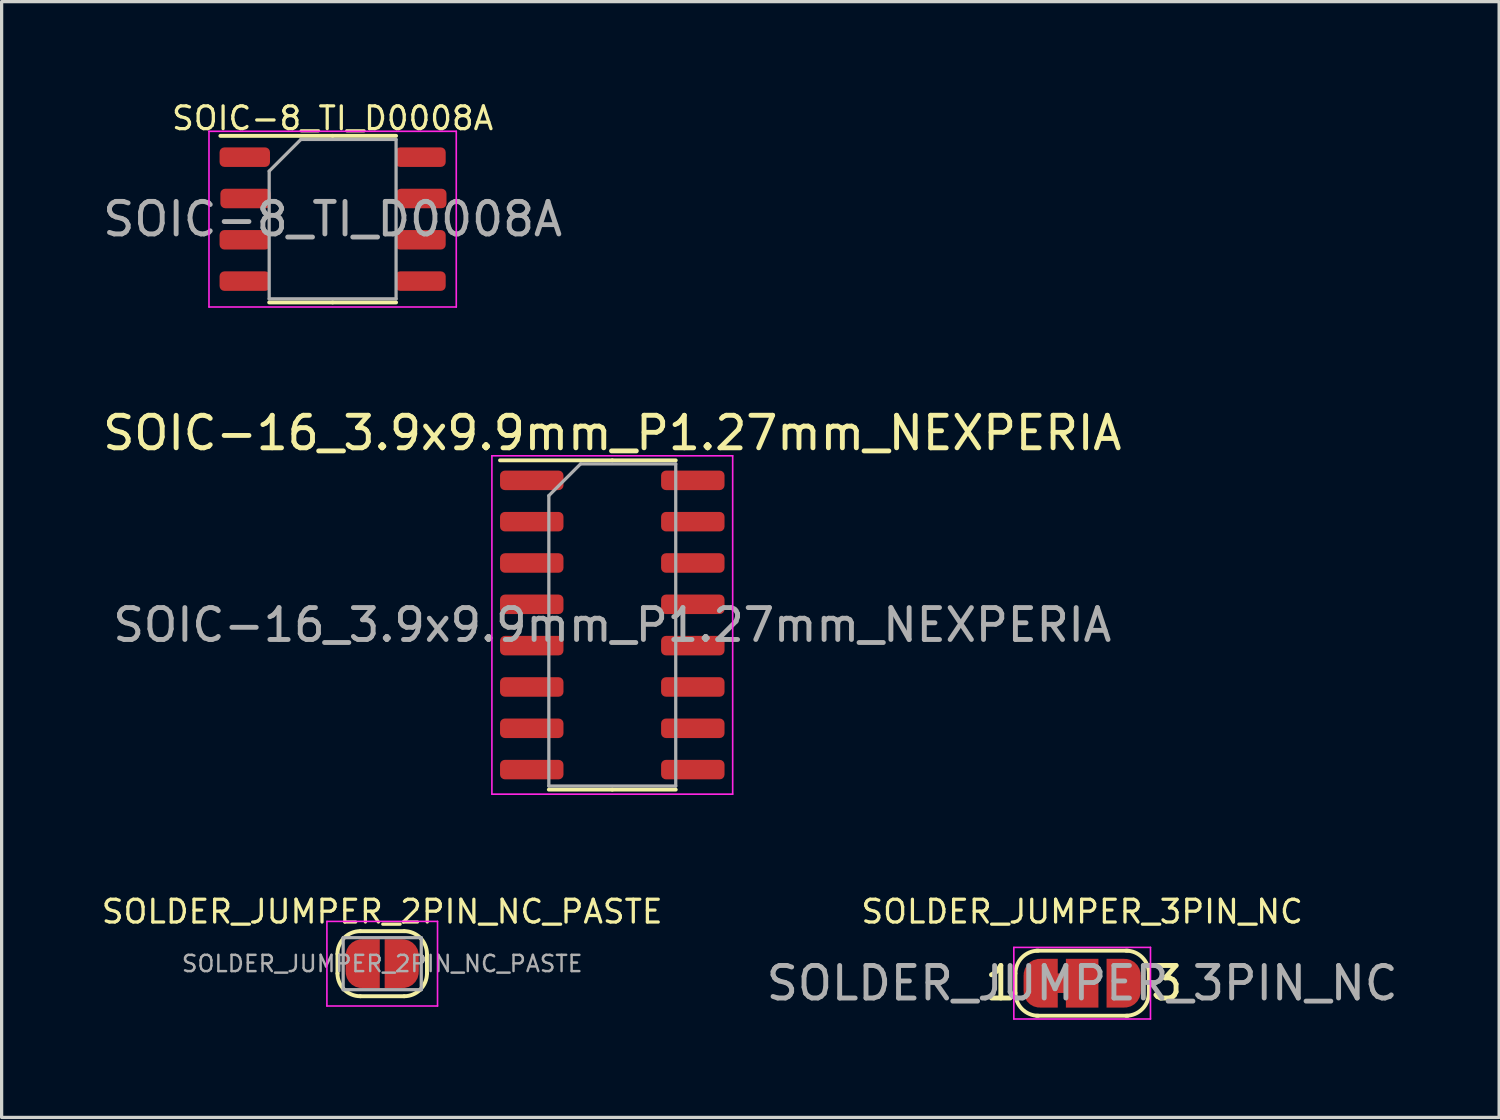
<source format=kicad_pcb>
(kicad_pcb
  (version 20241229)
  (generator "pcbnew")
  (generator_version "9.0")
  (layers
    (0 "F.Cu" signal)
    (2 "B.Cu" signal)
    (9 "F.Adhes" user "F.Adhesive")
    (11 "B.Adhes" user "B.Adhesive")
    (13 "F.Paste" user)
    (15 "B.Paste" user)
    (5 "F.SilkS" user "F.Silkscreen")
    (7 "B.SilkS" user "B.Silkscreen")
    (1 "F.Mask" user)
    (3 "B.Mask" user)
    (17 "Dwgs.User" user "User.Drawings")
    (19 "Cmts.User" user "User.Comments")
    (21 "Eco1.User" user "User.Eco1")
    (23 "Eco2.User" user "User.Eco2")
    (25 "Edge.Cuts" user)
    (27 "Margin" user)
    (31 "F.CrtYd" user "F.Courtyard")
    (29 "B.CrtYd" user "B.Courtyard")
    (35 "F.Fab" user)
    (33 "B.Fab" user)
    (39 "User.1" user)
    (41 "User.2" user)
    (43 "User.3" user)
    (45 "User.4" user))
  (footprint "SOLDER_JUMPER_3PIN_NC"
    (layer "F.Cu")
    (at 30.209 27.168)
    (property "Reference" "SOLDER_JUMPER_3PIN_NC" (at 0 -2.2 0) (layer "F.SilkS") (effects (font (size 0.7 0.7) (thickness 0.1))))
    (attr smd exclude_from_pos_files exclude_from_bom)
    (fp_poly (pts (xy -0.9 -0.3) (xy -0.4 -0.3) (xy -0.4 0.3) (xy -0.9 0.3)) (stroke (width 0) (type solid)) (fill yes) (layer "F.Cu"))
    (fp_line (start -2.05 0.3) (end -2.05 -0.3) (stroke (width 0.12) (type solid)) (layer "F.SilkS"))
    (fp_line (start -1.4 -1) (end 1.4 -1) (stroke (width 0.12) (type solid)) (layer "F.SilkS"))
    (fp_line (start 1.4 1) (end -1.4 1) (stroke (width 0.12) (type solid)) (layer "F.SilkS"))
    (fp_line (start 2.05 -0.3) (end 2.05 0.3) (stroke (width 0.12) (type solid)) (layer "F.SilkS"))
    (fp_arc (start -2.05 -0.3) (mid -1.844975 -0.794975) (end -1.35 -1) (stroke (width 0.12) (type solid)) (layer "F.SilkS"))
    (fp_arc (start -1.35 1) (mid -1.844975 0.794975) (end -2.05 0.3) (stroke (width 0.12) (type solid)) (layer "F.SilkS"))
    (fp_arc (start 1.35 -1) (mid 1.844975 -0.794975) (end 2.05 -0.3) (stroke (width 0.12) (type solid)) (layer "F.SilkS"))
    (fp_arc (start 2.05 0.3) (mid 1.844975 0.794975) (end 1.35 1) (stroke (width 0.12) (type solid)) (layer "F.SilkS"))
    (fp_line (start -2.1 -1.1) (end -2.1 1.1) (stroke (width 0.05) (type solid)) (layer "F.CrtYd"))
    (fp_line (start -2.1 -1.1) (end 2.1 -1.1) (stroke (width 0.05) (type solid)) (layer "F.CrtYd"))
    (fp_line (start 2.1 1.1) (end -2.1 1.1) (stroke (width 0.05) (type solid)) (layer "F.CrtYd"))
    (fp_line (start 2.1 1.1) (end 2.1 -1.1) (stroke (width 0.05) (type solid)) (layer "F.CrtYd"))
    (fp_text user "3" (at 2.6 0 0) (layer "F.SilkS") (effects (font (size 1 1) (thickness 0.15))))
    (fp_text user "1" (at -2.5 0 0) (layer "F.SilkS") (effects (font (size 1 1) (thickness 0.15))))
    (fp_text user "${REFERENCE}" (at 0 0 0) (layer "F.Fab") (effects (font (size 1 1) (thickness 0.15))))
    (pad "1" smd custom (at -1.3 0) (size 1 0.5) (layers "F.Cu" "F.Mask") (options (anchor rect)) (primitives (gr_poly (pts (xy 0.55 0.75) (xy 0 0.75) (xy 0 -0.75) (xy 0.55 -0.75)) (width 0) (fill yes)) (gr_circle (center 0 0.25) (end 0.5 0.25) (width 0) (fill yes)) (gr_circle (center 0 -0.25) (end 0.5 -0.25) (width 0) (fill yes))))
    (pad "2" smd rect (at 0 0) (size 1 1.5) (layers "F.Cu" "F.Mask"))
    (pad "3" smd custom (at 1.3 0) (size 1 0.5) (layers "F.Cu" "F.Mask") (options (anchor rect)) (primitives (gr_circle (center 0 0.25) (end 0.5 0.25) (width 0) (fill yes)) (gr_circle (center 0 -0.25) (end 0.5 -0.25) (width 0) (fill yes)) (gr_poly (pts (xy 0 0.75) (xy -0.55 0.75) (xy -0.55 -0.75) (xy 0 -0.75)) (width 0) (fill yes)))))
  (footprint "SOIC-8_TI_D0008A"
    (layer "F.Cu")
    (at 7.173 3.685)
    (property "Reference" "SOIC-8_TI_D0008A" (at 0 -3.1 0) (layer "F.SilkS") (effects (font (size 0.7 0.7) (thickness 0.1))))
    (attr smd)
    (fp_line (start 0 -2.56) (end -3.45 -2.56) (stroke (width 0.12) (type solid)) (layer "F.SilkS"))
    (fp_line (start 0 -2.56) (end 1.95 -2.56) (stroke (width 0.12) (type solid)) (layer "F.SilkS"))
    (fp_line (start 0 2.56) (end -1.95 2.56) (stroke (width 0.12) (type solid)) (layer "F.SilkS"))
    (fp_line (start 0 2.56) (end 1.95 2.56) (stroke (width 0.12) (type solid)) (layer "F.SilkS"))
    (fp_line (start -3.8 -2.7) (end -3.8 2.7) (stroke (width 0.05) (type solid)) (layer "F.CrtYd"))
    (fp_line (start -3.8 2.7) (end 3.8 2.7) (stroke (width 0.05) (type solid)) (layer "F.CrtYd"))
    (fp_line (start 3.8 -2.7) (end -3.8 -2.7) (stroke (width 0.05) (type solid)) (layer "F.CrtYd"))
    (fp_line (start 3.8 2.7) (end 3.8 -2.7) (stroke (width 0.05) (type solid)) (layer "F.CrtYd"))
    (fp_line (start -1.95 -1.475) (end -0.975 -2.45) (stroke (width 0.1) (type solid)) (layer "F.Fab"))
    (fp_line (start -1.95 2.45) (end -1.95 -1.475) (stroke (width 0.1) (type solid)) (layer "F.Fab"))
    (fp_line (start -0.975 -2.45) (end 1.95 -2.45) (stroke (width 0.1) (type solid)) (layer "F.Fab"))
    (fp_line (start 1.95 -2.45) (end 1.95 2.45) (stroke (width 0.1) (type solid)) (layer "F.Fab"))
    (fp_line (start 1.95 2.45) (end -1.95 2.45) (stroke (width 0.1) (type solid)) (layer "F.Fab"))
    (fp_text user "${REFERENCE}" (at 0 0 0) (layer "F.Fab") (effects (font (size 1 1) (thickness 0.15))))
    (pad "1" smd roundrect (at -2.7 -1.905) (size 1.55 0.6) (layers "F.Cu" "F.Mask" "F.Paste") (roundrect_rratio 0.25))
    (pad "2" smd roundrect (at -2.675 -0.635) (size 1.55 0.6) (layers "F.Cu" "F.Mask" "F.Paste") (roundrect_rratio 0.25))
    (pad "3" smd roundrect (at -2.7 0.635) (size 1.55 0.6) (layers "F.Cu" "F.Mask" "F.Paste") (roundrect_rratio 0.25))
    (pad "4" smd roundrect (at -2.7 1.905) (size 1.55 0.6) (layers "F.Cu" "F.Mask" "F.Paste") (roundrect_rratio 0.25))
    (pad "5" smd roundrect (at 2.7 1.905) (size 1.55 0.6) (layers "F.Cu" "F.Mask" "F.Paste") (roundrect_rratio 0.25))
    (pad "6" smd roundrect (at 2.7 0.635) (size 1.55 0.6) (layers "F.Cu" "F.Mask" "F.Paste") (roundrect_rratio 0.25))
    (pad "7" smd roundrect (at 2.725 -0.635) (size 1.55 0.6) (layers "F.Cu" "F.Mask" "F.Paste") (roundrect_rratio 0.25))
    (pad "8" smd roundrect (at 2.7 -1.905) (size 1.55 0.6) (layers "F.Cu" "F.Mask" "F.Paste") (roundrect_rratio 0.25)))
  (footprint "SOLDER_JUMPER_2PIN_NC_PASTE"
    (layer "F.Cu")
    (at 8.697 26.568)
    (property "Reference" "SOLDER_JUMPER_2PIN_NC_PASTE" (at 0 -1.6 0) (layer "F.SilkS") (effects (font (size 0.7 0.7) (thickness 0.1))))
    (attr smd exclude_from_pos_files exclude_from_bom)
    (fp_line (start -1.375 0.3) (end -1.375 -0.3) (stroke (width 0.12) (type solid)) (layer "F.SilkS"))
    (fp_line (start -0.675 -1) (end 0.675 -1) (stroke (width 0.12) (type solid)) (layer "F.SilkS"))
    (fp_line (start 0.675 1) (end -0.675 1) (stroke (width 0.12) (type solid)) (layer "F.SilkS"))
    (fp_line (start 1.375 -0.3) (end 1.375 0.3) (stroke (width 0.12) (type solid)) (layer "F.SilkS"))
    (fp_arc (start -1.375 -0.3) (mid -1.169975 -0.794975) (end -0.675 -1) (stroke (width 0.12) (type solid)) (layer "F.SilkS"))
    (fp_arc (start -0.675 1) (mid -1.169975 0.794975) (end -1.375 0.3) (stroke (width 0.12) (type solid)) (layer "F.SilkS"))
    (fp_arc (start 0.675 -1) (mid 1.169975 -0.794975) (end 1.375 -0.3) (stroke (width 0.12) (type solid)) (layer "F.SilkS"))
    (fp_arc (start 1.375 0.3) (mid 1.169975 0.794975) (end 0.675 1) (stroke (width 0.12) (type solid)) (layer "F.SilkS"))
    (fp_line (start -1.7 -1.3) (end -1.7 1.3) (stroke (width 0.05) (type solid)) (layer "F.CrtYd"))
    (fp_line (start -1.7 -1.3) (end 1.7 -1.3) (stroke (width 0.05) (type solid)) (layer "F.CrtYd"))
    (fp_line (start 1.7 1.3) (end -1.7 1.3) (stroke (width 0.05) (type solid)) (layer "F.CrtYd"))
    (fp_line (start 1.7 1.3) (end 1.7 -1.3) (stroke (width 0.05) (type solid)) (layer "F.CrtYd"))
    (fp_line (start -1.2 -0.8) (end 1.2 -0.8) (stroke (width 0.1) (type solid)) (layer "F.Fab"))
    (fp_line (start -1.2 0.8) (end -1.2 -0.8) (stroke (width 0.1) (type solid)) (layer "F.Fab"))
    (fp_line (start 1.2 -0.8) (end 1.2 0.8) (stroke (width 0.1) (type solid)) (layer "F.Fab"))
    (fp_line (start 1.2 0.8) (end -1.2 0.8) (stroke (width 0.1) (type solid)) (layer "F.Fab"))
    (fp_text user "${REFERENCE}" (at 0 0 0) (layer "F.Fab") (effects (font (size 0.5 0.5) (thickness 0.075))))
    (pad "1" smd custom (at -0.625 0) (size 1 0.5) (layers "F.Cu" "F.Mask") (options (anchor rect)) (primitives (gr_poly (pts (xy 0.55 0.75) (xy 0 0.75) (xy 0 -0.75) (xy 0.55 -0.75)) (width 0) (fill yes)) (gr_circle (center 0 0.25) (end 0.5 0.25) (width 0) (fill yes)) (gr_circle (center 0 -0.25) (end 0.5 -0.25) (width 0) (fill yes))))
    (pad "2" smd custom (at 0.625 0) (size 1 0.5) (layers "F.Cu" "F.Mask") (options (anchor rect)) (primitives (gr_circle (center 0 0.25) (end 0.5 0.25) (width 0) (fill yes)) (gr_circle (center 0 -0.25) (end 0.5 -0.25) (width 0) (fill yes)) (gr_poly (pts (xy 0 0.75) (xy -0.55 0.75) (xy -0.55 -0.75) (xy 0 -0.75)) (width 0) (fill yes)))))
  (footprint "SOIC-16_3.9x9.9mm_P1.27mm_NEXPERIA"
    (layer "F.Cu")
    (at 15.768 16.158)
    (property "Reference" "SOIC-16_3.9x9.9mm_P1.27mm_NEXPERIA" (at 0 -5.9 0) (layer "F.SilkS") (effects (font (size 1 1) (thickness 0.15))))
    (attr smd)
    (fp_line (start 0 -5.06) (end -3.45 -5.06) (stroke (width 0.12) (type solid)) (layer "F.SilkS"))
    (fp_line (start 0 -5.06) (end 1.95 -5.06) (stroke (width 0.12) (type solid)) (layer "F.SilkS"))
    (fp_line (start 0 5.06) (end -1.95 5.06) (stroke (width 0.12) (type solid)) (layer "F.SilkS"))
    (fp_line (start 0 5.06) (end 1.95 5.06) (stroke (width 0.12) (type solid)) (layer "F.SilkS"))
    (fp_line (start -3.7 -5.2) (end -3.7 5.2) (stroke (width 0.05) (type solid)) (layer "F.CrtYd"))
    (fp_line (start -3.7 5.2) (end 3.7 5.2) (stroke (width 0.05) (type solid)) (layer "F.CrtYd"))
    (fp_line (start 3.7 -5.2) (end -3.7 -5.2) (stroke (width 0.05) (type solid)) (layer "F.CrtYd"))
    (fp_line (start 3.7 5.2) (end 3.7 -5.2) (stroke (width 0.05) (type solid)) (layer "F.CrtYd"))
    (fp_line (start -1.95 -3.975) (end -0.975 -4.95) (stroke (width 0.1) (type solid)) (layer "F.Fab"))
    (fp_line (start -1.95 4.95) (end -1.95 -3.975) (stroke (width 0.1) (type solid)) (layer "F.Fab"))
    (fp_line (start -0.975 -4.95) (end 1.95 -4.95) (stroke (width 0.1) (type solid)) (layer "F.Fab"))
    (fp_line (start 1.95 -4.95) (end 1.95 4.95) (stroke (width 0.1) (type solid)) (layer "F.Fab"))
    (fp_line (start 1.95 4.95) (end -1.95 4.95) (stroke (width 0.1) (type solid)) (layer "F.Fab"))
    (fp_text user "${REFERENCE}" (at 0 0 0) (layer "F.Fab") (effects (font (size 0.98 0.98) (thickness 0.15))))
    (pad "1" smd roundrect (at -2.475 -4.445) (size 1.95 0.6) (layers "F.Cu" "F.Mask" "F.Paste") (roundrect_rratio 0.25))
    (pad "2" smd roundrect (at -2.475 -3.175) (size 1.95 0.6) (layers "F.Cu" "F.Mask" "F.Paste") (roundrect_rratio 0.25))
    (pad "3" smd roundrect (at -2.475 -1.905) (size 1.95 0.6) (layers "F.Cu" "F.Mask" "F.Paste") (roundrect_rratio 0.25))
    (pad "4" smd roundrect (at -2.475 -0.635) (size 1.95 0.6) (layers "F.Cu" "F.Mask" "F.Paste") (roundrect_rratio 0.25))
    (pad "5" smd roundrect (at -2.475 0.635) (size 1.95 0.6) (layers "F.Cu" "F.Mask" "F.Paste") (roundrect_rratio 0.25))
    (pad "6" smd roundrect (at -2.475 1.905) (size 1.95 0.6) (layers "F.Cu" "F.Mask" "F.Paste") (roundrect_rratio 0.25))
    (pad "7" smd roundrect (at -2.475 3.175) (size 1.95 0.6) (layers "F.Cu" "F.Mask" "F.Paste") (roundrect_rratio 0.25))
    (pad "8" smd roundrect (at -2.475 4.445) (size 1.95 0.6) (layers "F.Cu" "F.Mask" "F.Paste") (roundrect_rratio 0.25))
    (pad "9" smd roundrect (at 2.475 4.445) (size 1.95 0.6) (layers "F.Cu" "F.Mask" "F.Paste") (roundrect_rratio 0.25))
    (pad "10" smd roundrect (at 2.475 3.175) (size 1.95 0.6) (layers "F.Cu" "F.Mask" "F.Paste") (roundrect_rratio 0.25))
    (pad "11" smd roundrect (at 2.475 1.905) (size 1.95 0.6) (layers "F.Cu" "F.Mask" "F.Paste") (roundrect_rratio 0.25))
    (pad "12" smd roundrect (at 2.475 0.635) (size 1.95 0.6) (layers "F.Cu" "F.Mask" "F.Paste") (roundrect_rratio 0.25))
    (pad "13" smd roundrect (at 2.475 -0.635) (size 1.95 0.6) (layers "F.Cu" "F.Mask" "F.Paste") (roundrect_rratio 0.25))
    (pad "14" smd roundrect (at 2.475 -1.905) (size 1.95 0.6) (layers "F.Cu" "F.Mask" "F.Paste") (roundrect_rratio 0.25))
    (pad "15" smd roundrect (at 2.475 -3.175) (size 1.95 0.6) (layers "F.Cu" "F.Mask" "F.Paste") (roundrect_rratio 0.25))
    (pad "16" smd roundrect (at 2.475 -4.445) (size 1.95 0.6) (layers "F.Cu" "F.Mask" "F.Paste") (roundrect_rratio 0.25)))
  (gr_rect
    (start -3 -3)
    (end 43.024 31.293)
    (stroke (width 0.1) (type default))
    (fill no)
    (layer "Edge.Cuts")))
</source>
